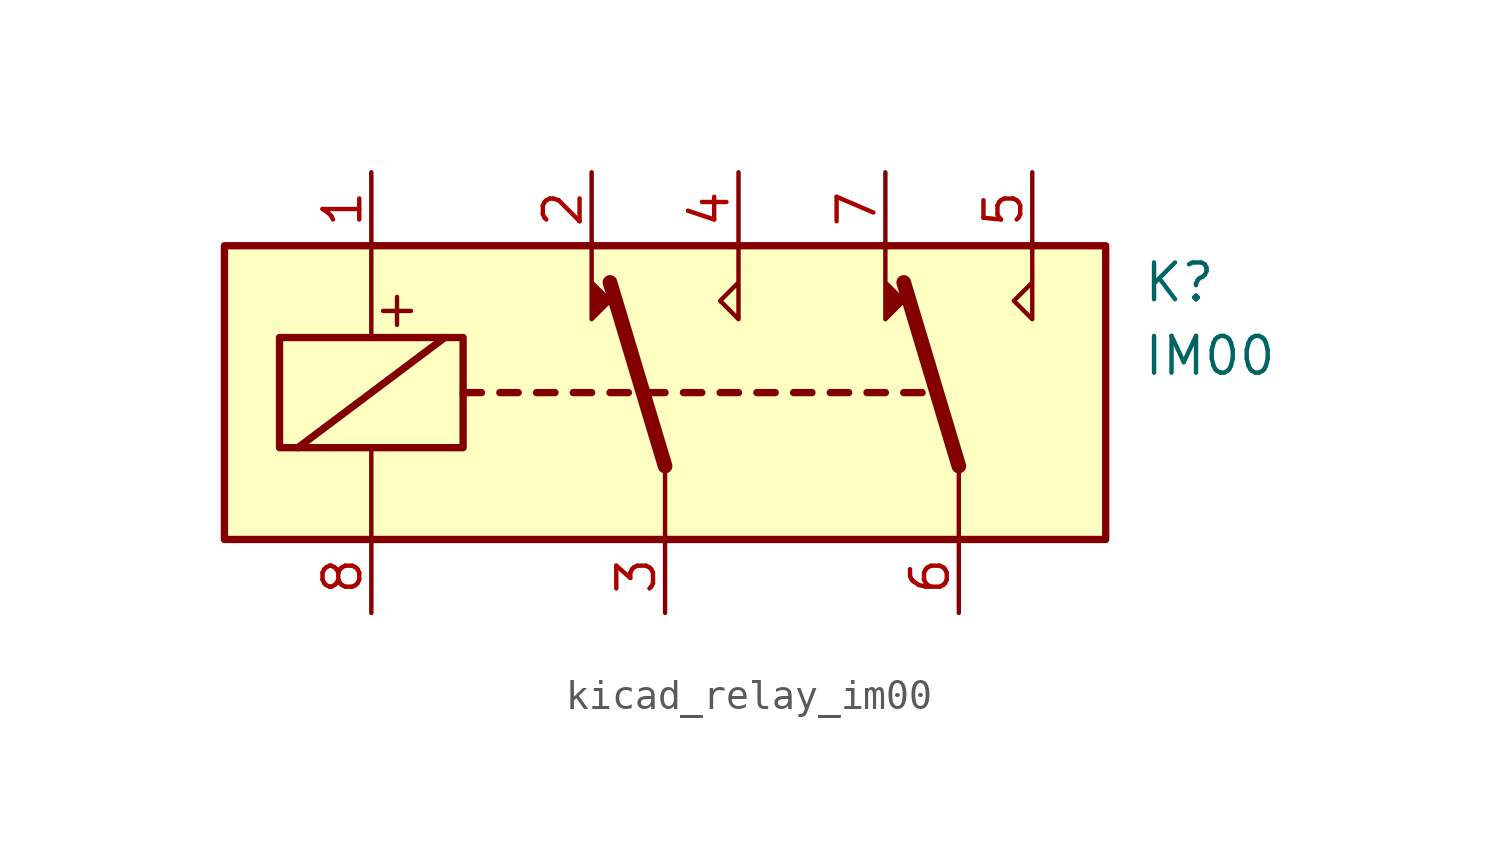
<source format=kicad_sym>
(kicad_symbol_lib
  (version 20220914)
  (generator kicad_symbol_editor)
  (symbol "kicad_relay_im00"
    (property "Reference" "K"
      (at 16.51 3.81 0)
      (effects (font (size 1.27 1.27)) (justify left)))
    (property "Value" "IM00"
      (at 16.51 1.27 0)
      (effects (font (size 1.27 1.27)) (justify left)))
    (symbol "kicad_relay_im00_0_0"
      (text "+" (at -9.271 2.921 0) (effects (font (size 1.27 1.27)))))
    (symbol "kicad_relay_im00_0_1"
      (rectangle (start -15.24 5.08) (end 15.24 -5.08) (stroke (width 0.254) (type default)) (fill (type background)))
      (rectangle (start -13.335 1.905) (end -6.985 -1.905) (stroke (width 0.254) (type default)) (fill (type none)))
      (polyline (pts (xy -12.7 -1.905) (xy -7.62 1.905)) (stroke (width 0.254) (type default)) (fill (type none)))
      (polyline (pts (xy -10.16 -5.08) (xy -10.16 -1.905)) (stroke (width 0) (type default)) (fill (type none)))
      (polyline (pts (xy -10.16 5.08) (xy -10.16 1.905)) (stroke (width 0) (type default)) (fill (type none)))
      (polyline (pts (xy -6.985 0) (xy -6.35 0)) (stroke (width 0.254) (type default)) (fill (type none)))
      (polyline (pts (xy -5.715 0) (xy -5.08 0)) (stroke (width 0.254) (type default)) (fill (type none)))
      (polyline (pts (xy -4.445 0) (xy -3.81 0)) (stroke (width 0.254) (type default)) (fill (type none)))
      (polyline (pts (xy -3.175 0) (xy -2.54 0)) (stroke (width 0.254) (type default)) (fill (type none)))
      (polyline (pts (xy -1.905 0) (xy -1.27 0)) (stroke (width 0.254) (type default)) (fill (type none)))
      (polyline (pts (xy -0.635 0) (xy 0 0)) (stroke (width 0.254) (type default)) (fill (type none)))
      (polyline (pts (xy 0 -2.54) (xy -1.905 3.81)) (stroke (width 0.508) (type default)) (fill (type none)))
      (polyline (pts (xy 0 -2.54) (xy 0 -5.08)) (stroke (width 0) (type default)) (fill (type none)))
      (polyline (pts (xy 0.635 0) (xy 1.27 0)) (stroke (width 0.254) (type default)) (fill (type none)))
      (polyline (pts (xy 1.905 0) (xy 2.54 0)) (stroke (width 0.254) (type default)) (fill (type none)))
      (polyline (pts (xy 3.175 0) (xy 3.81 0)) (stroke (width 0.254) (type default)) (fill (type none)))
      (polyline (pts (xy 4.445 0) (xy 5.08 0)) (stroke (width 0.254) (type default)) (fill (type none)))
      (polyline (pts (xy 5.715 0) (xy 6.35 0)) (stroke (width 0.254) (type default)) (fill (type none)))
      (polyline (pts (xy 6.985 0) (xy 7.62 0)) (stroke (width 0.254) (type default)) (fill (type none)))
      (polyline (pts (xy 8.255 0) (xy 8.89 0)) (stroke (width 0.254) (type default)) (fill (type none)))
      (polyline (pts (xy 10.16 -2.54) (xy 8.255 3.81)) (stroke (width 0.508) (type default)) (fill (type none)))
      (polyline (pts (xy 10.16 -2.54) (xy 10.16 -5.08)) (stroke (width 0) (type default)) (fill (type none)))
      (polyline (pts (xy -2.54 5.08) (xy -2.54 2.54) (xy -1.905 3.175) (xy -2.54 3.81)) (stroke (width 0) (type default)) (fill (type outline)))
      (polyline (pts (xy 2.54 5.08) (xy 2.54 2.54) (xy 1.905 3.175) (xy 2.54 3.81)) (stroke (width 0) (type default)) (fill (type none)))
      (polyline (pts (xy 7.62 5.08) (xy 7.62 2.54) (xy 8.255 3.175) (xy 7.62 3.81)) (stroke (width 0) (type default)) (fill (type outline)))
      (polyline (pts (xy 12.7 5.08) (xy 12.7 2.54) (xy 12.065 3.175) (xy 12.7 3.81)) (stroke (width 0) (type default)) (fill (type none))))
    (symbol "kicad_relay_im00_1_1"
      (pin passive line (at -10.16 7.62 270) (length 2.54) (name "~" (effects (font (size 1.27 1.27)))) (number "1" (effects (font (size 1.27 1.27)))))
      (pin passive line (at -2.54 7.62 270) (length 2.54) (name "~" (effects (font (size 1.27 1.27)))) (number "2" (effects (font (size 1.27 1.27)))))
      (pin passive line (at 0 -7.62 90) (length 2.54) (name "~" (effects (font (size 1.27 1.27)))) (number "3" (effects (font (size 1.27 1.27)))))
      (pin passive line (at 2.54 7.62 270) (length 2.54) (name "~" (effects (font (size 1.27 1.27)))) (number "4" (effects (font (size 1.27 1.27)))))
      (pin passive line (at 12.7 7.62 270) (length 2.54) (name "~" (effects (font (size 1.27 1.27)))) (number "5" (effects (font (size 1.27 1.27)))))
      (pin passive line (at 10.16 -7.62 90) (length 2.54) (name "~" (effects (font (size 1.27 1.27)))) (number "6" (effects (font (size 1.27 1.27)))))
      (pin passive line (at 7.62 7.62 270) (length 2.54) (name "~" (effects (font (size 1.27 1.27)))) (number "7" (effects (font (size 1.27 1.27)))))
      (pin passive line (at -10.16 -7.62 90) (length 2.54) (name "~" (effects (font (size 1.27 1.27)))) (number "8" (effects (font (size 1.27 1.27))))))))
</source>
